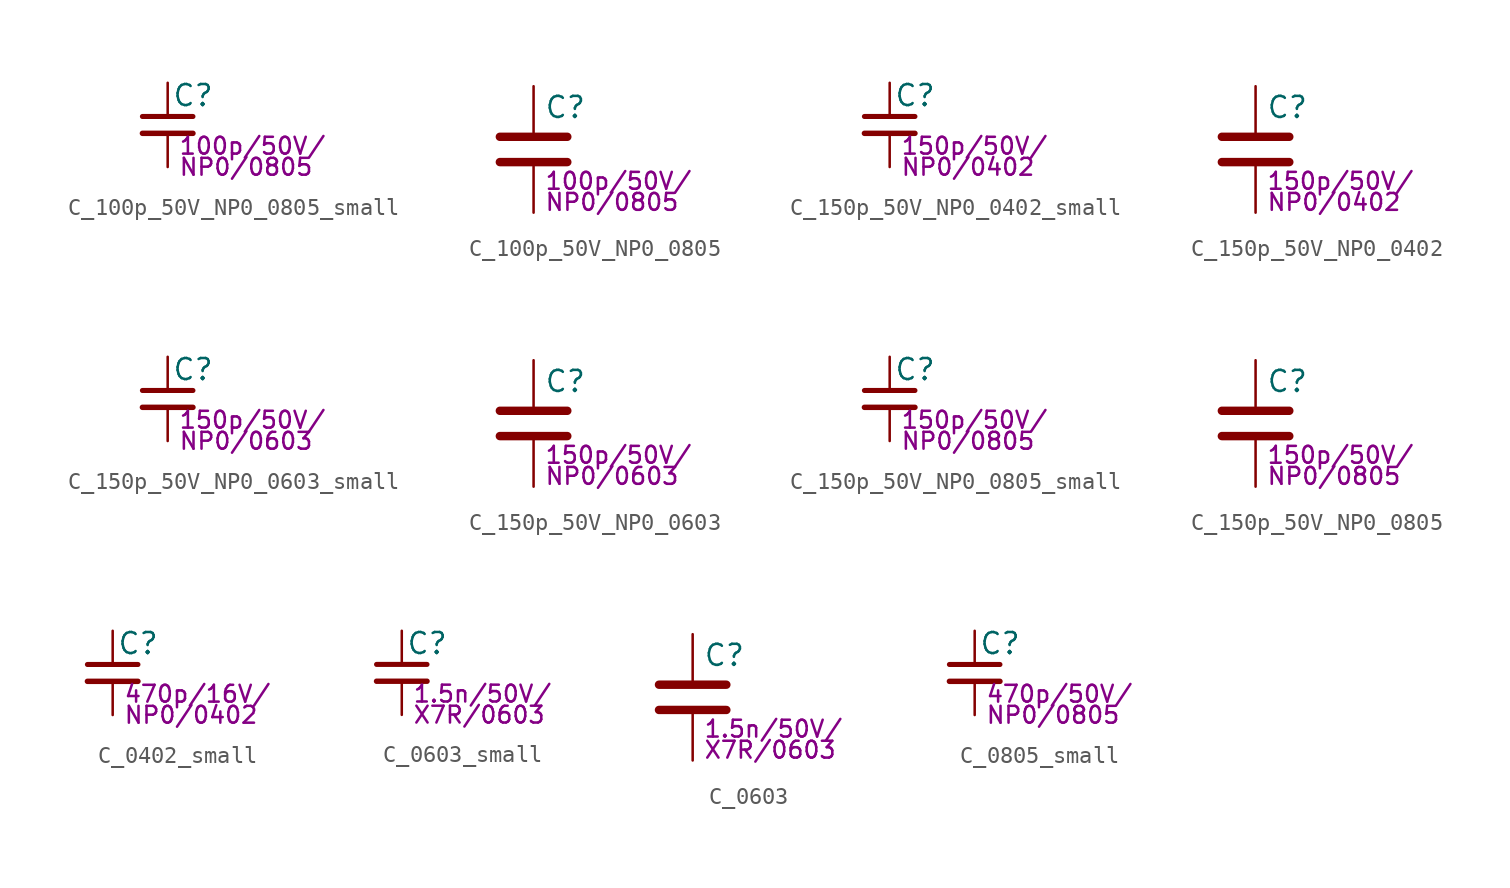
<source format=kicad_sym>
(kicad_symbol_lib
  (version 20211014)
  (generator kicad_symbol_editor)
  (symbol "C_100p_50V_NP0_0805_small"
    (pin_numbers hide)
    (pin_names
      (offset 0.254) hide)
    (property "Reference" "C"
      (at 0.254 1.778 0)
      (effects (font (size 1.27 1.27)) (justify left)))
    (property "Params" "100p/50V/"
      (at 0.635 -1.27 0)
      (effects (font (size 1.016 1.016)) (justify left)))
    (property "Params2" "NP0/0805"
      (at 0.635 -2.54 0)
      (effects (font (size 1.016 1.016)) (justify left)))
    (symbol "C_100p_50V_NP0_0805_small_0_1"
      (polyline (pts (xy -1.524 -0.508) (xy 1.524 -0.508)) (stroke (width 0.33) (type default) (color 0 0 0 0)) (fill (type none)))
      (polyline (pts (xy -1.524 0.508) (xy 1.524 0.508)) (stroke (width 0.305) (type default) (color 0 0 0 0)) (fill (type none))))
    (symbol "C_100p_50V_NP0_0805_small_1_1"
      (pin passive line (at 0 2.54 270) (length 2.032) (name "~" (effects (font (size 1.27 1.27)))) (number "1" (effects (font (size 1.27 1.27)))))
      (pin passive line (at 0 -2.54 90) (length 2.032) (name "~" (effects (font (size 1.27 1.27)))) (number "2" (effects (font (size 1.27 1.27)))))))
  (symbol "C_100p_50V_NP0_0805"
    (pin_numbers hide)
    (pin_names
      (offset 0.254))
    (property "Reference" "C"
      (at 0.635 2.54 0)
      (effects (font (size 1.27 1.27)) (justify left)))
    (property "Params" "100p/50V/"
      (at 0.635 -1.905 0)
      (effects (font (size 1.016 1.016)) (justify left)))
    (property "Params2" "NP0/0805"
      (at 0.635 -3.175 0)
      (effects (font (size 1.016 1.016)) (justify left)))
    (symbol "C_100p_50V_NP0_0805_0_1"
      (polyline (pts (xy -2.032 -0.762) (xy 2.032 -0.762)) (stroke (width 0.508) (type default) (color 0 0 0 0)) (fill (type none)))
      (polyline (pts (xy -2.032 0.762) (xy 2.032 0.762)) (stroke (width 0.508) (type default) (color 0 0 0 0)) (fill (type none))))
    (symbol "C_100p_50V_NP0_0805_1_1"
      (pin passive line (at 0 3.81 270) (length 2.794) (name "~" (effects (font (size 1.27 1.27)))) (number "1" (effects (font (size 1.27 1.27)))))
      (pin passive line (at 0 -3.81 90) (length 2.794) (name "~" (effects (font (size 1.27 1.27)))) (number "2" (effects (font (size 1.27 1.27)))))))
  (symbol "C_150p_50V_NP0_0402_small"
    (pin_numbers hide)
    (pin_names
      (offset 0.254) hide)
    (property "Reference" "C"
      (at 0.254 1.778 0)
      (effects (font (size 1.27 1.27)) (justify left)))
    (property "Params" "150p/50V/"
      (at 0.635 -1.27 0)
      (effects (font (size 1.016 1.016)) (justify left)))
    (property "Params2" "NP0/0402"
      (at 0.635 -2.54 0)
      (effects (font (size 1.016 1.016)) (justify left)))
    (symbol "C_150p_50V_NP0_0402_small_0_1"
      (polyline (pts (xy -1.524 -0.508) (xy 1.524 -0.508)) (stroke (width 0.33) (type default) (color 0 0 0 0)) (fill (type none)))
      (polyline (pts (xy -1.524 0.508) (xy 1.524 0.508)) (stroke (width 0.305) (type default) (color 0 0 0 0)) (fill (type none))))
    (symbol "C_150p_50V_NP0_0402_small_1_1"
      (pin passive line (at 0 2.54 270) (length 2.032) (name "~" (effects (font (size 1.27 1.27)))) (number "1" (effects (font (size 1.27 1.27)))))
      (pin passive line (at 0 -2.54 90) (length 2.032) (name "~" (effects (font (size 1.27 1.27)))) (number "2" (effects (font (size 1.27 1.27)))))))
  (symbol "C_150p_50V_NP0_0402"
    (pin_numbers hide)
    (pin_names
      (offset 0.254))
    (property "Reference" "C"
      (at 0.635 2.54 0)
      (effects (font (size 1.27 1.27)) (justify left)))
    (property "Params" "150p/50V/"
      (at 0.635 -1.905 0)
      (effects (font (size 1.016 1.016)) (justify left)))
    (property "Params2" "NP0/0402"
      (at 0.635 -3.175 0)
      (effects (font (size 1.016 1.016)) (justify left)))
    (symbol "C_150p_50V_NP0_0402_0_1"
      (polyline (pts (xy -2.032 -0.762) (xy 2.032 -0.762)) (stroke (width 0.508) (type default) (color 0 0 0 0)) (fill (type none)))
      (polyline (pts (xy -2.032 0.762) (xy 2.032 0.762)) (stroke (width 0.508) (type default) (color 0 0 0 0)) (fill (type none))))
    (symbol "C_150p_50V_NP0_0402_1_1"
      (pin passive line (at 0 3.81 270) (length 2.794) (name "~" (effects (font (size 1.27 1.27)))) (number "1" (effects (font (size 1.27 1.27)))))
      (pin passive line (at 0 -3.81 90) (length 2.794) (name "~" (effects (font (size 1.27 1.27)))) (number "2" (effects (font (size 1.27 1.27)))))))
  (symbol "C_150p_50V_NP0_0603_small"
    (pin_numbers hide)
    (pin_names
      (offset 0.254) hide)
    (property "Reference" "C"
      (at 0.254 1.778 0)
      (effects (font (size 1.27 1.27)) (justify left)))
    (property "Params" "150p/50V/"
      (at 0.635 -1.27 0)
      (effects (font (size 1.016 1.016)) (justify left)))
    (property "Params2" "NP0/0603"
      (at 0.635 -2.54 0)
      (effects (font (size 1.016 1.016)) (justify left)))
    (symbol "C_150p_50V_NP0_0603_small_0_1"
      (polyline (pts (xy -1.524 -0.508) (xy 1.524 -0.508)) (stroke (width 0.33) (type default) (color 0 0 0 0)) (fill (type none)))
      (polyline (pts (xy -1.524 0.508) (xy 1.524 0.508)) (stroke (width 0.305) (type default) (color 0 0 0 0)) (fill (type none))))
    (symbol "C_150p_50V_NP0_0603_small_1_1"
      (pin passive line (at 0 2.54 270) (length 2.032) (name "~" (effects (font (size 1.27 1.27)))) (number "1" (effects (font (size 1.27 1.27)))))
      (pin passive line (at 0 -2.54 90) (length 2.032) (name "~" (effects (font (size 1.27 1.27)))) (number "2" (effects (font (size 1.27 1.27)))))))
  (symbol "C_150p_50V_NP0_0603"
    (pin_numbers hide)
    (pin_names
      (offset 0.254))
    (property "Reference" "C"
      (at 0.635 2.54 0)
      (effects (font (size 1.27 1.27)) (justify left)))
    (property "Params" "150p/50V/"
      (at 0.635 -1.905 0)
      (effects (font (size 1.016 1.016)) (justify left)))
    (property "Params2" "NP0/0603"
      (at 0.635 -3.175 0)
      (effects (font (size 1.016 1.016)) (justify left)))
    (symbol "C_150p_50V_NP0_0603_0_1"
      (polyline (pts (xy -2.032 -0.762) (xy 2.032 -0.762)) (stroke (width 0.508) (type default) (color 0 0 0 0)) (fill (type none)))
      (polyline (pts (xy -2.032 0.762) (xy 2.032 0.762)) (stroke (width 0.508) (type default) (color 0 0 0 0)) (fill (type none))))
    (symbol "C_150p_50V_NP0_0603_1_1"
      (pin passive line (at 0 3.81 270) (length 2.794) (name "~" (effects (font (size 1.27 1.27)))) (number "1" (effects (font (size 1.27 1.27)))))
      (pin passive line (at 0 -3.81 90) (length 2.794) (name "~" (effects (font (size 1.27 1.27)))) (number "2" (effects (font (size 1.27 1.27)))))))
  (symbol "C_150p_50V_NP0_0805_small"
    (pin_numbers hide)
    (pin_names
      (offset 0.254) hide)
    (property "Reference" "C"
      (at 0.254 1.778 0)
      (effects (font (size 1.27 1.27)) (justify left)))
    (property "Params" "150p/50V/"
      (at 0.635 -1.27 0)
      (effects (font (size 1.016 1.016)) (justify left)))
    (property "Params2" "NP0/0805"
      (at 0.635 -2.54 0)
      (effects (font (size 1.016 1.016)) (justify left)))
    (symbol "C_150p_50V_NP0_0805_small_0_1"
      (polyline (pts (xy -1.524 -0.508) (xy 1.524 -0.508)) (stroke (width 0.33) (type default) (color 0 0 0 0)) (fill (type none)))
      (polyline (pts (xy -1.524 0.508) (xy 1.524 0.508)) (stroke (width 0.305) (type default) (color 0 0 0 0)) (fill (type none))))
    (symbol "C_150p_50V_NP0_0805_small_1_1"
      (pin passive line (at 0 2.54 270) (length 2.032) (name "~" (effects (font (size 1.27 1.27)))) (number "1" (effects (font (size 1.27 1.27)))))
      (pin passive line (at 0 -2.54 90) (length 2.032) (name "~" (effects (font (size 1.27 1.27)))) (number "2" (effects (font (size 1.27 1.27)))))))
  (symbol "C_150p_50V_NP0_0805"
    (pin_numbers hide)
    (pin_names
      (offset 0.254))
    (property "Reference" "C"
      (at 0.635 2.54 0)
      (effects (font (size 1.27 1.27)) (justify left)))
    (property "Params" "150p/50V/"
      (at 0.635 -1.905 0)
      (effects (font (size 1.016 1.016)) (justify left)))
    (property "Params2" "NP0/0805"
      (at 0.635 -3.175 0)
      (effects (font (size 1.016 1.016)) (justify left)))
    (symbol "C_150p_50V_NP0_0805_0_1"
      (polyline (pts (xy -2.032 -0.762) (xy 2.032 -0.762)) (stroke (width 0.508) (type default) (color 0 0 0 0)) (fill (type none)))
      (polyline (pts (xy -2.032 0.762) (xy 2.032 0.762)) (stroke (width 0.508) (type default) (color 0 0 0 0)) (fill (type none))))
    (symbol "C_150p_50V_NP0_0805_1_1"
      (pin passive line (at 0 3.81 270) (length 2.794) (name "~" (effects (font (size 1.27 1.27)))) (number "1" (effects (font (size 1.27 1.27)))))
      (pin passive line (at 0 -3.81 90) (length 2.794) (name "~" (effects (font (size 1.27 1.27)))) (number "2" (effects (font (size 1.27 1.27)))))))
  (symbol "C_0402_small"
    (pin_numbers hide)
    (pin_names
      (offset 0.254) hide)
    (property "Reference" "C"
      (at 0.254 1.778 0)
      (effects (font (size 1.27 1.27)) (justify left)))
    (property "Params" "470p/16V/"
      (at 0.635 -1.27 0)
      (effects (font (size 1.016 1.016)) (justify left)))
    (property "Params2" "NP0/0402"
      (at 0.635 -2.54 0)
      (effects (font (size 1.016 1.016)) (justify left)))
    (symbol "C_0402_small_0_1"
      (polyline (pts (xy -1.524 -0.508) (xy 1.524 -0.508)) (stroke (width 0.33) (type default) (color 0 0 0 0)) (fill (type none)))
      (polyline (pts (xy -1.524 0.508) (xy 1.524 0.508)) (stroke (width 0.305) (type default) (color 0 0 0 0)) (fill (type none))))
    (symbol "C_0402_small_1_1"
      (pin passive line (at 0 2.54 270) (length 2.032) (name "~" (effects (font (size 1.27 1.27)))) (number "1" (effects (font (size 1.27 1.27)))))
      (pin passive line (at 0 -2.54 90) (length 2.032) (name "~" (effects (font (size 1.27 1.27)))) (number "2" (effects (font (size 1.27 1.27)))))))
  (symbol "C_0603_small"
    (pin_numbers hide)
    (pin_names
      (offset 0.254) hide)
    (property "Reference" "C"
      (at 0.254 1.778 0)
      (effects (font (size 1.27 1.27)) (justify left)))
    (property "Params" "1.5n/50V/"
      (at 0.635 -1.27 0)
      (effects (font (size 1.016 1.016)) (justify left)))
    (property "Params2" "X7R/0603"
      (at 0.635 -2.54 0)
      (effects (font (size 1.016 1.016)) (justify left)))
    (symbol "C_0603_small_0_1"
      (polyline (pts (xy -1.524 -0.508) (xy 1.524 -0.508)) (stroke (width 0.33) (type default) (color 0 0 0 0)) (fill (type none)))
      (polyline (pts (xy -1.524 0.508) (xy 1.524 0.508)) (stroke (width 0.305) (type default) (color 0 0 0 0)) (fill (type none))))
    (symbol "C_0603_small_1_1"
      (pin passive line (at 0 2.54 270) (length 2.032) (name "~" (effects (font (size 1.27 1.27)))) (number "1" (effects (font (size 1.27 1.27)))))
      (pin passive line (at 0 -2.54 90) (length 2.032) (name "~" (effects (font (size 1.27 1.27)))) (number "2" (effects (font (size 1.27 1.27)))))))
  (symbol "C_0603"
    (pin_numbers hide)
    (pin_names
      (offset 0.254))
    (property "Reference" "C"
      (at 0.635 2.54 0)
      (effects (font (size 1.27 1.27)) (justify left)))
    (property "Params" "1.5n/50V/"
      (at 0.635 -1.905 0)
      (effects (font (size 1.016 1.016)) (justify left)))
    (property "Params2" "X7R/0603"
      (at 0.635 -3.175 0)
      (effects (font (size 1.016 1.016)) (justify left)))
    (symbol "C_0603_0_1"
      (polyline (pts (xy -2.032 -0.762) (xy 2.032 -0.762)) (stroke (width 0.508) (type default) (color 0 0 0 0)) (fill (type none)))
      (polyline (pts (xy -2.032 0.762) (xy 2.032 0.762)) (stroke (width 0.508) (type default) (color 0 0 0 0)) (fill (type none))))
    (symbol "C_0603_1_1"
      (pin passive line (at 0 3.81 270) (length 2.794) (name "~" (effects (font (size 1.27 1.27)))) (number "1" (effects (font (size 1.27 1.27)))))
      (pin passive line (at 0 -3.81 90) (length 2.794) (name "~" (effects (font (size 1.27 1.27)))) (number "2" (effects (font (size 1.27 1.27)))))))
  (symbol "C_0805_small"
    (pin_numbers hide)
    (pin_names
      (offset 0.254) hide)
    (property "Reference" "C"
      (at 0.254 1.778 0)
      (effects (font (size 1.27 1.27)) (justify left)))
    (property "Params" "470p/50V/"
      (at 0.635 -1.27 0)
      (effects (font (size 1.016 1.016)) (justify left)))
    (property "Params2" "NP0/0805"
      (at 0.635 -2.54 0)
      (effects (font (size 1.016 1.016)) (justify left)))
    (symbol "C_0805_small_0_1"
      (polyline (pts (xy -1.524 -0.508) (xy 1.524 -0.508)) (stroke (width 0.33) (type default) (color 0 0 0 0)) (fill (type none)))
      (polyline (pts (xy -1.524 0.508) (xy 1.524 0.508)) (stroke (width 0.305) (type default) (color 0 0 0 0)) (fill (type none))))
    (symbol "C_0805_small_1_1"
      (pin passive line (at 0 2.54 270) (length 2.032) (name "~" (effects (font (size 1.27 1.27)))) (number "1" (effects (font (size 1.27 1.27)))))
      (pin passive line (at 0 -2.54 90) (length 2.032) (name "~" (effects (font (size 1.27 1.27)))) (number "2" (effects (font (size 1.27 1.27))))))))
</source>
